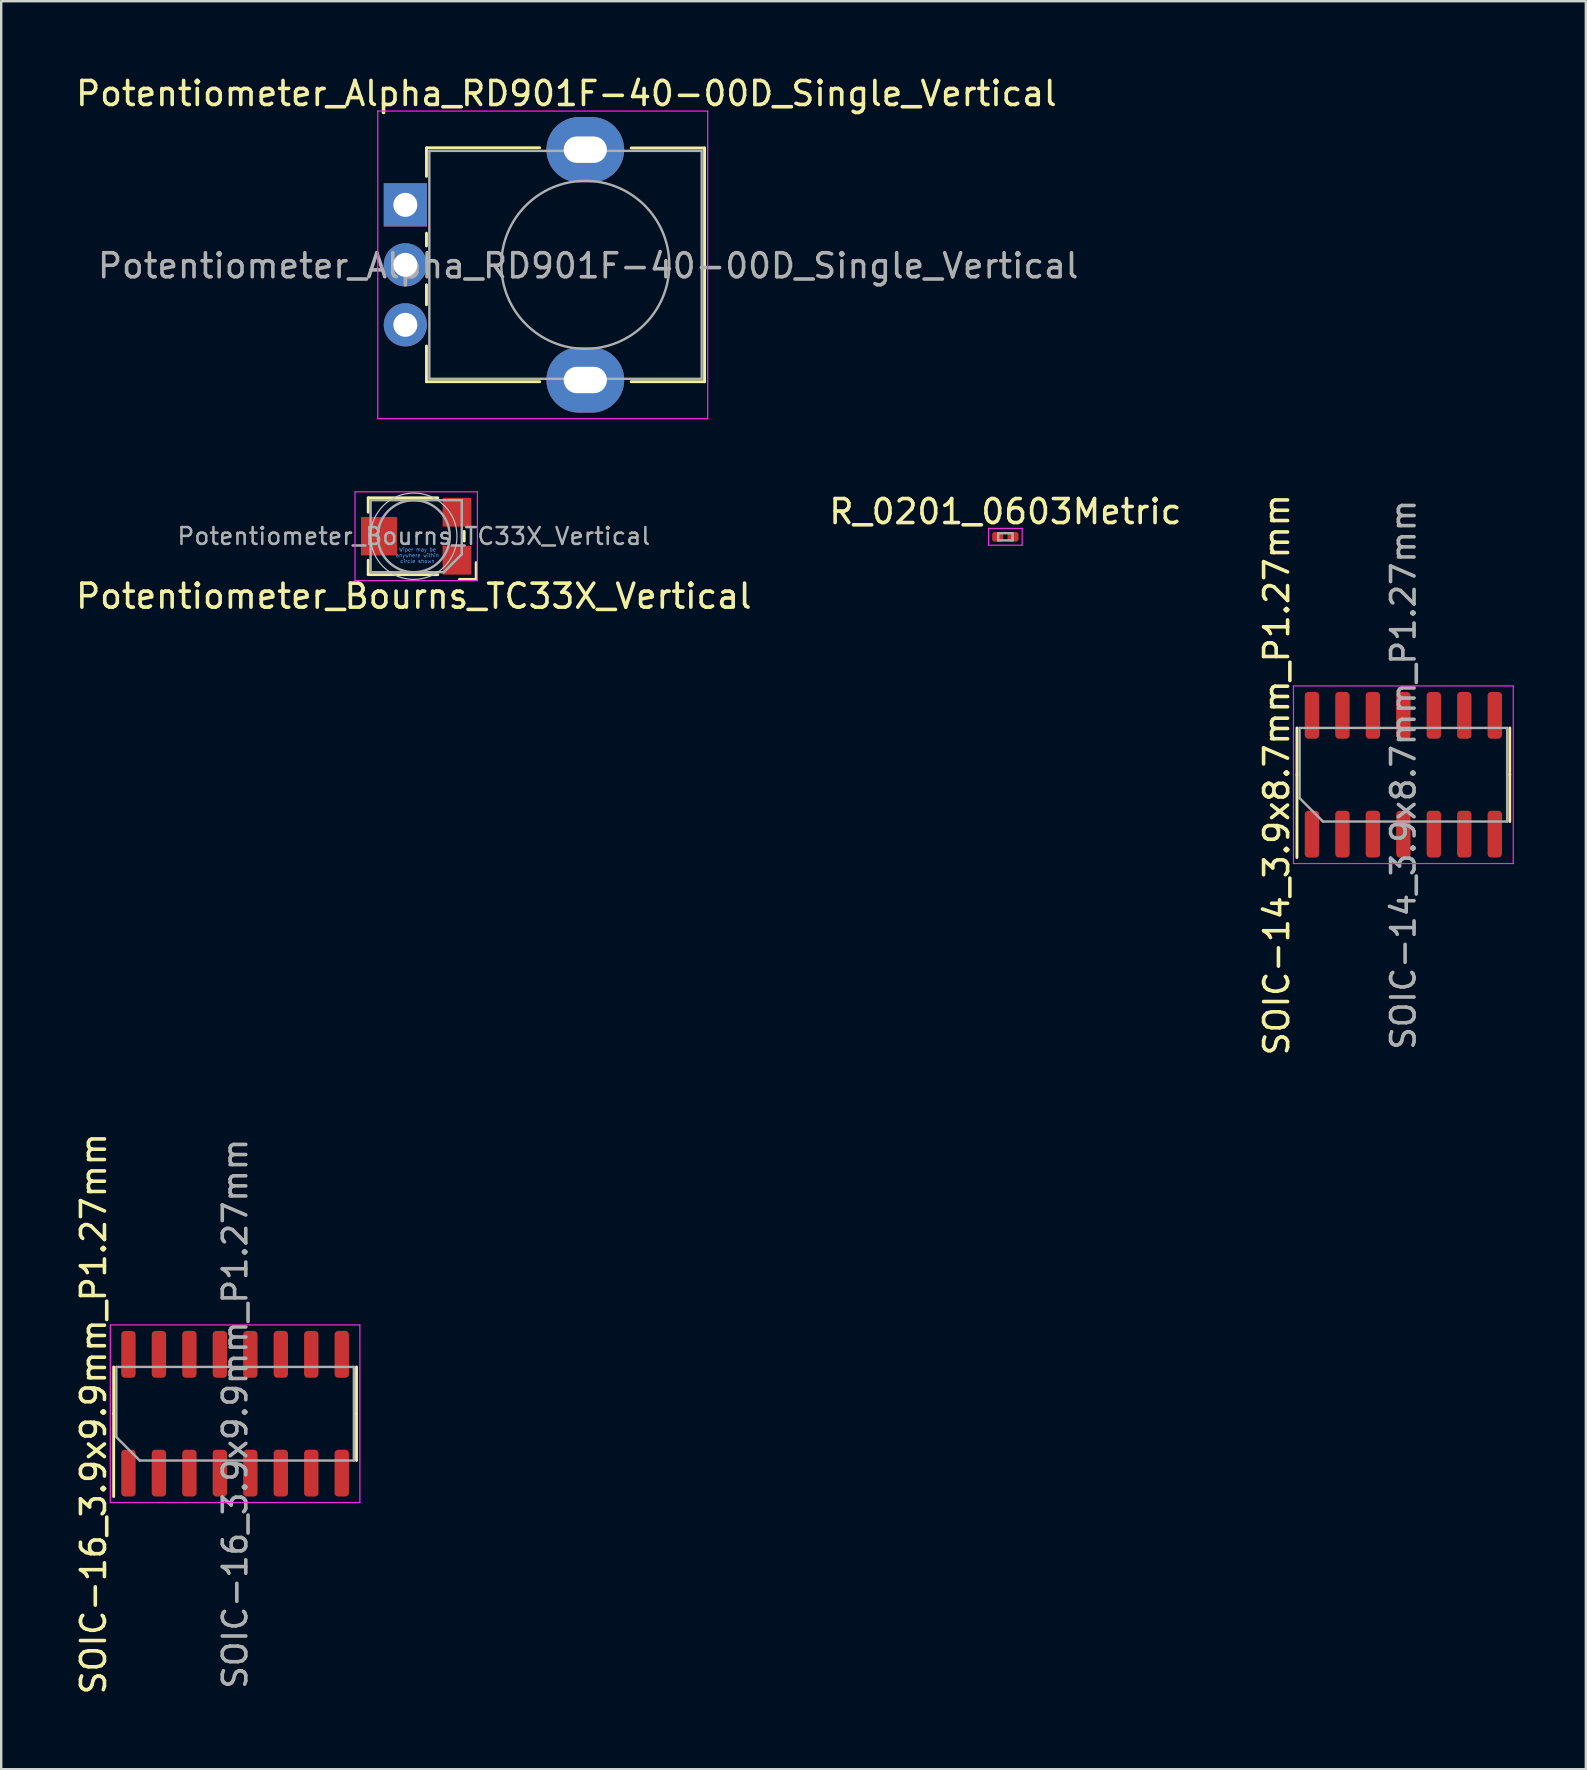
<source format=kicad_pcb>
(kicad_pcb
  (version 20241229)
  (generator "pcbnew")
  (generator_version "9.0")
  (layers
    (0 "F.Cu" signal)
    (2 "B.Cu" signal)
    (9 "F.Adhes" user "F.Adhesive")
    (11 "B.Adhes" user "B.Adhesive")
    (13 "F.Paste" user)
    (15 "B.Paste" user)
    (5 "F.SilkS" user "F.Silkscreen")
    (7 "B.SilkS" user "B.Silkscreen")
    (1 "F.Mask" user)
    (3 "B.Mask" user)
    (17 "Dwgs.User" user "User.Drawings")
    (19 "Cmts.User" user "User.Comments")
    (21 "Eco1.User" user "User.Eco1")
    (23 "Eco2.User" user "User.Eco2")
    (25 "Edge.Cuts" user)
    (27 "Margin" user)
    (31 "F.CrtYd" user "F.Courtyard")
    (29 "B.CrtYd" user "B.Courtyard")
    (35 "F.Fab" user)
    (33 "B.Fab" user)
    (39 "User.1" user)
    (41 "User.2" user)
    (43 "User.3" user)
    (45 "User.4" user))
  (footprint "R_0201_0603Metric"
    (layer "F.Cu")
    (at 38.851 19.322)
    (property "Reference" "R_0201_0603Metric" (at 0 -1.05 0) (layer "F.SilkS") (effects (font (size 1 1) (thickness 0.15))))
    (attr smd)
    (fp_line (start -0.7 -0.35) (end 0.7 -0.35) (stroke (width 0.05) (type solid)) (layer "F.CrtYd"))
    (fp_line (start -0.7 0.35) (end -0.7 -0.35) (stroke (width 0.05) (type solid)) (layer "F.CrtYd"))
    (fp_line (start 0.7 -0.35) (end 0.7 0.35) (stroke (width 0.05) (type solid)) (layer "F.CrtYd"))
    (fp_line (start 0.7 0.35) (end -0.7 0.35) (stroke (width 0.05) (type solid)) (layer "F.CrtYd"))
    (fp_line (start -0.3 -0.15) (end 0.3 -0.15) (stroke (width 0.1) (type solid)) (layer "F.Fab"))
    (fp_line (start -0.3 0.15) (end -0.3 -0.15) (stroke (width 0.1) (type solid)) (layer "F.Fab"))
    (fp_line (start 0.3 -0.15) (end 0.3 0.15) (stroke (width 0.1) (type solid)) (layer "F.Fab"))
    (fp_line (start 0.3 0.15) (end -0.3 0.15) (stroke (width 0.1) (type solid)) (layer "F.Fab"))
    (pad "" smd roundrect (at -0.345 0) (size 0.318 0.36) (layers "F.Paste") (roundrect_rratio 0.25))
    (pad "" smd roundrect (at 0.345 0) (size 0.318 0.36) (layers "F.Paste") (roundrect_rratio 0.25))
    (pad "1" smd roundrect (at -0.32 0) (size 0.46 0.4) (layers "F.Cu" "F.Mask") (roundrect_rratio 0.25))
    (pad "2" smd roundrect (at 0.32 0) (size 0.46 0.4) (layers "F.Cu" "F.Mask") (roundrect_rratio 0.25)))
  (footprint "Potentiometer_Alpha_RD901F-40-00D_Single_Vertical"
    (layer "F.Cu")
    (at 13.844 5.488)
    (property "Reference" "Potentiometer_Alpha_RD901F-40-00D_Single_Vertical" (at 6.71 -4.64 180) (layer "F.SilkS") (effects (font (size 1 1) (thickness 0.15))))
    (attr through_hole)
    (fp_line (start 0.88 -2.38) (end 5.6 -2.38) (stroke (width 0.12) (type solid)) (layer "F.SilkS"))
    (fp_line (start 0.88 -1.19) (end 0.88 -2.37) (stroke (width 0.12) (type solid)) (layer "F.SilkS"))
    (fp_line (start 0.88 1.71) (end 0.88 1.18) (stroke (width 0.12) (type solid)) (layer "F.SilkS"))
    (fp_line (start 0.88 4.16) (end 0.88 3.33) (stroke (width 0.12) (type solid)) (layer "F.SilkS"))
    (fp_line (start 0.88 7.37) (end 0.88 5.88) (stroke (width 0.12) (type solid)) (layer "F.SilkS"))
    (fp_line (start 0.88 7.37) (end 5.6 7.37) (stroke (width 0.12) (type solid)) (layer "F.SilkS"))
    (fp_line (start 9.41 -2.37) (end 12.47 -2.37) (stroke (width 0.12) (type solid)) (layer "F.SilkS"))
    (fp_line (start 9.41 7.37) (end 12.47 7.37) (stroke (width 0.12) (type solid)) (layer "F.SilkS"))
    (fp_line (start 12.47 7.37) (end 12.47 -2.37) (stroke (width 0.12) (type solid)) (layer "F.SilkS"))
    (fp_line (start -1.15 -3.91) (end -1.15 8.91) (stroke (width 0.05) (type solid)) (layer "F.CrtYd"))
    (fp_line (start -1.15 8.91) (end 12.6 8.91) (stroke (width 0.05) (type solid)) (layer "F.CrtYd"))
    (fp_line (start 12.6 -3.91) (end -1.15 -3.91) (stroke (width 0.05) (type solid)) (layer "F.CrtYd"))
    (fp_line (start 12.6 8.91) (end 12.6 -3.91) (stroke (width 0.05) (type solid)) (layer "F.CrtYd"))
    (fp_line (start 1 -2.25) (end 12.35 -2.25) (stroke (width 0.1) (type solid)) (layer "F.Fab"))
    (fp_line (start 1 7.25) (end 1 -2.25) (stroke (width 0.1) (type solid)) (layer "F.Fab"))
    (fp_line (start 1 7.25) (end 12.35 7.25) (stroke (width 0.1) (type solid)) (layer "F.Fab"))
    (fp_line (start 12.35 7.25) (end 12.35 -2.25) (stroke (width 0.1) (type solid)) (layer "F.Fab"))
    (fp_circle (center 7.5 2.5) (end 7.5 -1) (stroke (width 0.1) (type solid)) (fill no) (layer "F.Fab"))
    (fp_text user "${REFERENCE}" (at 7.62 2.54 0) (layer "F.Fab") (effects (font (size 1 1) (thickness 0.15))))
    (pad "" thru_hole oval (at 7.5 -2.3 90) (size 2.72 3.24) (drill oval 1.1 1.8) (layers "*.Cu" "*.Mask"))
    (pad "" thru_hole oval (at 7.5 7.3 90) (size 2.72 3.24) (drill oval 1.1 1.8) (layers "*.Cu" "*.Mask"))
    (pad "1" thru_hole rect (at 0 0 90) (size 1.8 1.8) (drill 1) (layers "*.Cu" "*.Mask"))
    (pad "2" thru_hole circle (at 0 2.5 90) (size 1.8 1.8) (drill 1) (layers "*.Cu" "*.Mask"))
    (pad "3" thru_hole circle (at 0 5 90) (size 1.8 1.8) (drill 1) (layers "*.Cu" "*.Mask")))
  (footprint "Potentiometer_Bourns_TC33X_Vertical"
    (layer "F.Cu")
    (at 14.196 19.298)
    (property "Reference" "Potentiometer_Bourns_TC33X_Vertical" (at 0 2.5 180) (layer "F.SilkS") (effects (font (size 1 1) (thickness 0.15))))
    (attr smd)
    (fp_line (start -1.9 -1.6) (end -1.9 -1) (stroke (width 0.12) (type solid)) (layer "F.SilkS"))
    (fp_line (start -1.9 1.6) (end -1.9 1) (stroke (width 0.12) (type solid)) (layer "F.SilkS"))
    (fp_line (start 1 -1.6) (end -1.9 -1.6) (stroke (width 0.12) (type solid)) (layer "F.SilkS"))
    (fp_line (start 1 1.6) (end -1.9 1.6) (stroke (width 0.12) (type solid)) (layer "F.SilkS"))
    (fp_line (start 1.9 1.8) (end 2.6 1.8) (stroke (width 0.12) (type solid)) (layer "F.SilkS"))
    (fp_line (start 2.1 0.2) (end 2.1 -0.2) (stroke (width 0.12) (type solid)) (layer "F.SilkS"))
    (fp_line (start 2.6 1.8) (end 2.6 1.1) (stroke (width 0.12) (type solid)) (layer "F.SilkS"))
    (fp_circle (center 0 0) (end -1.8 0) (stroke (width 0.05) (type solid)) (fill no) (layer "Dwgs.User"))
    (fp_line (start -2.45 -1.85) (end 2.65 -1.85) (stroke (width 0.05) (type solid)) (layer "F.CrtYd"))
    (fp_line (start -2.45 1.85) (end -2.45 -1.85) (stroke (width 0.05) (type solid)) (layer "F.CrtYd"))
    (fp_line (start 2.65 -1.85) (end 2.65 1.85) (stroke (width 0.05) (type solid)) (layer "F.CrtYd"))
    (fp_line (start 2.65 1.85) (end -2.45 1.85) (stroke (width 0.05) (type solid)) (layer "F.CrtYd"))
    (fp_line (start -1.8 -1.5) (end -1.8 1.5) (stroke (width 0.1) (type solid)) (layer "F.Fab"))
    (fp_line (start -1.8 1.5) (end 1.25 1.5) (stroke (width 0.1) (type solid)) (layer "F.Fab"))
    (fp_line (start 1.25 1.5) (end 2 0.75) (stroke (width 0.1) (type solid)) (layer "F.Fab"))
    (fp_line (start 2 -1.5) (end -1.8 -1.5) (stroke (width 0.1) (type solid)) (layer "F.Fab"))
    (fp_line (start 2 0.75) (end 2 -1.5) (stroke (width 0.1) (type solid)) (layer "F.Fab"))
    (fp_circle (center 0 0) (end -1.5 0) (stroke (width 0.1) (type solid)) (fill no) (layer "F.Fab"))
    (fp_text user "Wiper may be\nanywhere within\ncircle shown" (at 0.15 0.8 180) (layer "Cmts.User") (effects (font (size 0.15 0.15) (thickness 0.02))))
    (fp_text user "${REFERENCE}" (at 0 0 180) (layer "F.Fab") (effects (font (size 0.7 0.7) (thickness 0.105))))
    (pad "1" smd rect (at 1.8 1 180) (size 1.2 1.2) (layers "F.Cu" "F.Mask" "F.Paste"))
    (pad "2" smd rect (at -1.45 0 180) (size 1.5 1.6) (layers "F.Cu" "F.Mask" "F.Paste"))
    (pad "3" smd rect (at 1.8 -1 180) (size 1.2 1.2) (layers "F.Cu" "F.Mask" "F.Paste")))
  (footprint "SOIC-16_3.9x9.9mm_P1.27mm"
    (layer "F.Cu")
    (at 6.748 55.87)
    (property "Reference" "SOIC-16_3.9x9.9mm_P1.27mm" (at -5.9 0 90) (layer "F.SilkS") (effects (font (size 1 1) (thickness 0.15))))
    (attr smd)
    (fp_line (start -5.06 0) (end -5.06 -1.95) (stroke (width 0.12) (type solid)) (layer "F.SilkS"))
    (fp_line (start -5.06 0) (end -5.06 3.45) (stroke (width 0.12) (type solid)) (layer "F.SilkS"))
    (fp_line (start 5.06 0) (end 5.06 -1.95) (stroke (width 0.12) (type solid)) (layer "F.SilkS"))
    (fp_line (start 5.06 0) (end 5.06 1.95) (stroke (width 0.12) (type solid)) (layer "F.SilkS"))
    (fp_line (start -5.2 -3.7) (end -5.2 3.7) (stroke (width 0.05) (type solid)) (layer "F.CrtYd"))
    (fp_line (start -5.2 3.7) (end 5.2 3.7) (stroke (width 0.05) (type solid)) (layer "F.CrtYd"))
    (fp_line (start 5.2 -3.7) (end -5.2 -3.7) (stroke (width 0.05) (type solid)) (layer "F.CrtYd"))
    (fp_line (start 5.2 3.7) (end 5.2 -3.7) (stroke (width 0.05) (type solid)) (layer "F.CrtYd"))
    (fp_line (start -4.95 -1.95) (end 4.95 -1.95) (stroke (width 0.1) (type solid)) (layer "F.Fab"))
    (fp_line (start -4.95 0.975) (end -4.95 -1.95) (stroke (width 0.1) (type solid)) (layer "F.Fab"))
    (fp_line (start -3.975 1.95) (end -4.95 0.975) (stroke (width 0.1) (type solid)) (layer "F.Fab"))
    (fp_line (start 4.95 -1.95) (end 4.95 1.95) (stroke (width 0.1) (type solid)) (layer "F.Fab"))
    (fp_line (start 4.95 1.95) (end -3.975 1.95) (stroke (width 0.1) (type solid)) (layer "F.Fab"))
    (fp_text user "${REFERENCE}" (at 0 0 90) (layer "F.Fab") (effects (font (size 0.98 0.98) (thickness 0.15))))
    (pad "1" smd roundrect (at -4.445 2.475 90) (size 1.95 0.6) (layers "F.Cu" "F.Mask" "F.Paste") (roundrect_rratio 0.25))
    (pad "2" smd roundrect (at -3.175 2.475 90) (size 1.95 0.6) (layers "F.Cu" "F.Mask" "F.Paste") (roundrect_rratio 0.25))
    (pad "3" smd roundrect (at -1.905 2.475 90) (size 1.95 0.6) (layers "F.Cu" "F.Mask" "F.Paste") (roundrect_rratio 0.25))
    (pad "4" smd roundrect (at -0.635 2.475 90) (size 1.95 0.6) (layers "F.Cu" "F.Mask" "F.Paste") (roundrect_rratio 0.25))
    (pad "5" smd roundrect (at 0.635 2.475 90) (size 1.95 0.6) (layers "F.Cu" "F.Mask" "F.Paste") (roundrect_rratio 0.25))
    (pad "6" smd roundrect (at 1.905 2.475 90) (size 1.95 0.6) (layers "F.Cu" "F.Mask" "F.Paste") (roundrect_rratio 0.25))
    (pad "7" smd roundrect (at 3.175 2.475 90) (size 1.95 0.6) (layers "F.Cu" "F.Mask" "F.Paste") (roundrect_rratio 0.25))
    (pad "8" smd roundrect (at 4.445 2.475 90) (size 1.95 0.6) (layers "F.Cu" "F.Mask" "F.Paste") (roundrect_rratio 0.25))
    (pad "9" smd roundrect (at 4.445 -2.475 90) (size 1.95 0.6) (layers "F.Cu" "F.Mask" "F.Paste") (roundrect_rratio 0.25))
    (pad "10" smd roundrect (at 3.175 -2.475 90) (size 1.95 0.6) (layers "F.Cu" "F.Mask" "F.Paste") (roundrect_rratio 0.25))
    (pad "11" smd roundrect (at 1.905 -2.475 90) (size 1.95 0.6) (layers "F.Cu" "F.Mask" "F.Paste") (roundrect_rratio 0.25))
    (pad "12" smd roundrect (at 0.635 -2.475 90) (size 1.95 0.6) (layers "F.Cu" "F.Mask" "F.Paste") (roundrect_rratio 0.25))
    (pad "13" smd roundrect (at -0.635 -2.475 90) (size 1.95 0.6) (layers "F.Cu" "F.Mask" "F.Paste") (roundrect_rratio 0.25))
    (pad "14" smd roundrect (at -1.905 -2.475 90) (size 1.95 0.6) (layers "F.Cu" "F.Mask" "F.Paste") (roundrect_rratio 0.25))
    (pad "15" smd roundrect (at -3.175 -2.475 90) (size 1.95 0.6) (layers "F.Cu" "F.Mask" "F.Paste") (roundrect_rratio 0.25))
    (pad "16" smd roundrect (at -4.445 -2.475 90) (size 1.95 0.6) (layers "F.Cu" "F.Mask" "F.Paste") (roundrect_rratio 0.25)))
  (footprint "SOIC-14_3.9x8.7mm_P1.27mm"
    (layer "F.Cu")
    (at 55.438 29.239)
    (property "Reference" "SOIC-14_3.9x8.7mm_P1.27mm" (at -5.28 0 90) (layer "F.SilkS") (effects (font (size 1 1) (thickness 0.15))))
    (attr smd)
    (fp_line (start -4.435 0) (end -4.435 -1.95) (stroke (width 0.12) (type solid)) (layer "F.SilkS"))
    (fp_line (start -4.435 0) (end -4.435 3.45) (stroke (width 0.12) (type solid)) (layer "F.SilkS"))
    (fp_line (start 4.435 0) (end 4.435 -1.95) (stroke (width 0.12) (type solid)) (layer "F.SilkS"))
    (fp_line (start 4.435 0) (end 4.435 1.95) (stroke (width 0.12) (type solid)) (layer "F.SilkS"))
    (fp_line (start -4.58 -3.7) (end -4.58 3.7) (stroke (width 0.05) (type solid)) (layer "F.CrtYd"))
    (fp_line (start -4.58 3.7) (end 4.58 3.7) (stroke (width 0.05) (type solid)) (layer "F.CrtYd"))
    (fp_line (start 4.58 -3.7) (end -4.58 -3.7) (stroke (width 0.05) (type solid)) (layer "F.CrtYd"))
    (fp_line (start 4.58 3.7) (end 4.58 -3.7) (stroke (width 0.05) (type solid)) (layer "F.CrtYd"))
    (fp_line (start -4.325 -1.95) (end 4.325 -1.95) (stroke (width 0.1) (type solid)) (layer "F.Fab"))
    (fp_line (start -4.325 0.975) (end -4.325 -1.95) (stroke (width 0.1) (type solid)) (layer "F.Fab"))
    (fp_line (start -3.35 1.95) (end -4.325 0.975) (stroke (width 0.1) (type solid)) (layer "F.Fab"))
    (fp_line (start 4.325 -1.95) (end 4.325 1.95) (stroke (width 0.1) (type solid)) (layer "F.Fab"))
    (fp_line (start 4.325 1.95) (end -3.35 1.95) (stroke (width 0.1) (type solid)) (layer "F.Fab"))
    (fp_text user "${REFERENCE}" (at 0 0 90) (layer "F.Fab") (effects (font (size 0.98 0.98) (thickness 0.15))))
    (pad "1" smd roundrect (at -3.81 2.475 90) (size 1.95 0.6) (layers "F.Cu" "F.Mask" "F.Paste") (roundrect_rratio 0.25))
    (pad "2" smd roundrect (at -2.54 2.475 90) (size 1.95 0.6) (layers "F.Cu" "F.Mask" "F.Paste") (roundrect_rratio 0.25))
    (pad "3" smd roundrect (at -1.27 2.475 90) (size 1.95 0.6) (layers "F.Cu" "F.Mask" "F.Paste") (roundrect_rratio 0.25))
    (pad "4" smd roundrect (at 0 2.475 90) (size 1.95 0.6) (layers "F.Cu" "F.Mask" "F.Paste") (roundrect_rratio 0.25))
    (pad "5" smd roundrect (at 1.27 2.475 90) (size 1.95 0.6) (layers "F.Cu" "F.Mask" "F.Paste") (roundrect_rratio 0.25))
    (pad "6" smd roundrect (at 2.54 2.475 90) (size 1.95 0.6) (layers "F.Cu" "F.Mask" "F.Paste") (roundrect_rratio 0.25))
    (pad "7" smd roundrect (at 3.81 2.475 90) (size 1.95 0.6) (layers "F.Cu" "F.Mask" "F.Paste") (roundrect_rratio 0.25))
    (pad "8" smd roundrect (at 3.81 -2.475 90) (size 1.95 0.6) (layers "F.Cu" "F.Mask" "F.Paste") (roundrect_rratio 0.25))
    (pad "9" smd roundrect (at 2.54 -2.475 90) (size 1.95 0.6) (layers "F.Cu" "F.Mask" "F.Paste") (roundrect_rratio 0.25))
    (pad "10" smd roundrect (at 1.27 -2.475 90) (size 1.95 0.6) (layers "F.Cu" "F.Mask" "F.Paste") (roundrect_rratio 0.25))
    (pad "11" smd roundrect (at 0 -2.475 90) (size 1.95 0.6) (layers "F.Cu" "F.Mask" "F.Paste") (roundrect_rratio 0.25))
    (pad "12" smd roundrect (at -1.27 -2.475 90) (size 1.95 0.6) (layers "F.Cu" "F.Mask" "F.Paste") (roundrect_rratio 0.25))
    (pad "13" smd roundrect (at -2.54 -2.475 90) (size 1.95 0.6) (layers "F.Cu" "F.Mask" "F.Paste") (roundrect_rratio 0.25))
    (pad "14" smd roundrect (at -3.81 -2.475 90) (size 1.95 0.6) (layers "F.Cu" "F.Mask" "F.Paste") (roundrect_rratio 0.25)))
  (gr_rect
    (start -3 -3)
    (end 63.043 70.685)
    (stroke (width 0.1) (type default))
    (fill no)
    (layer "Edge.Cuts")))
</source>
